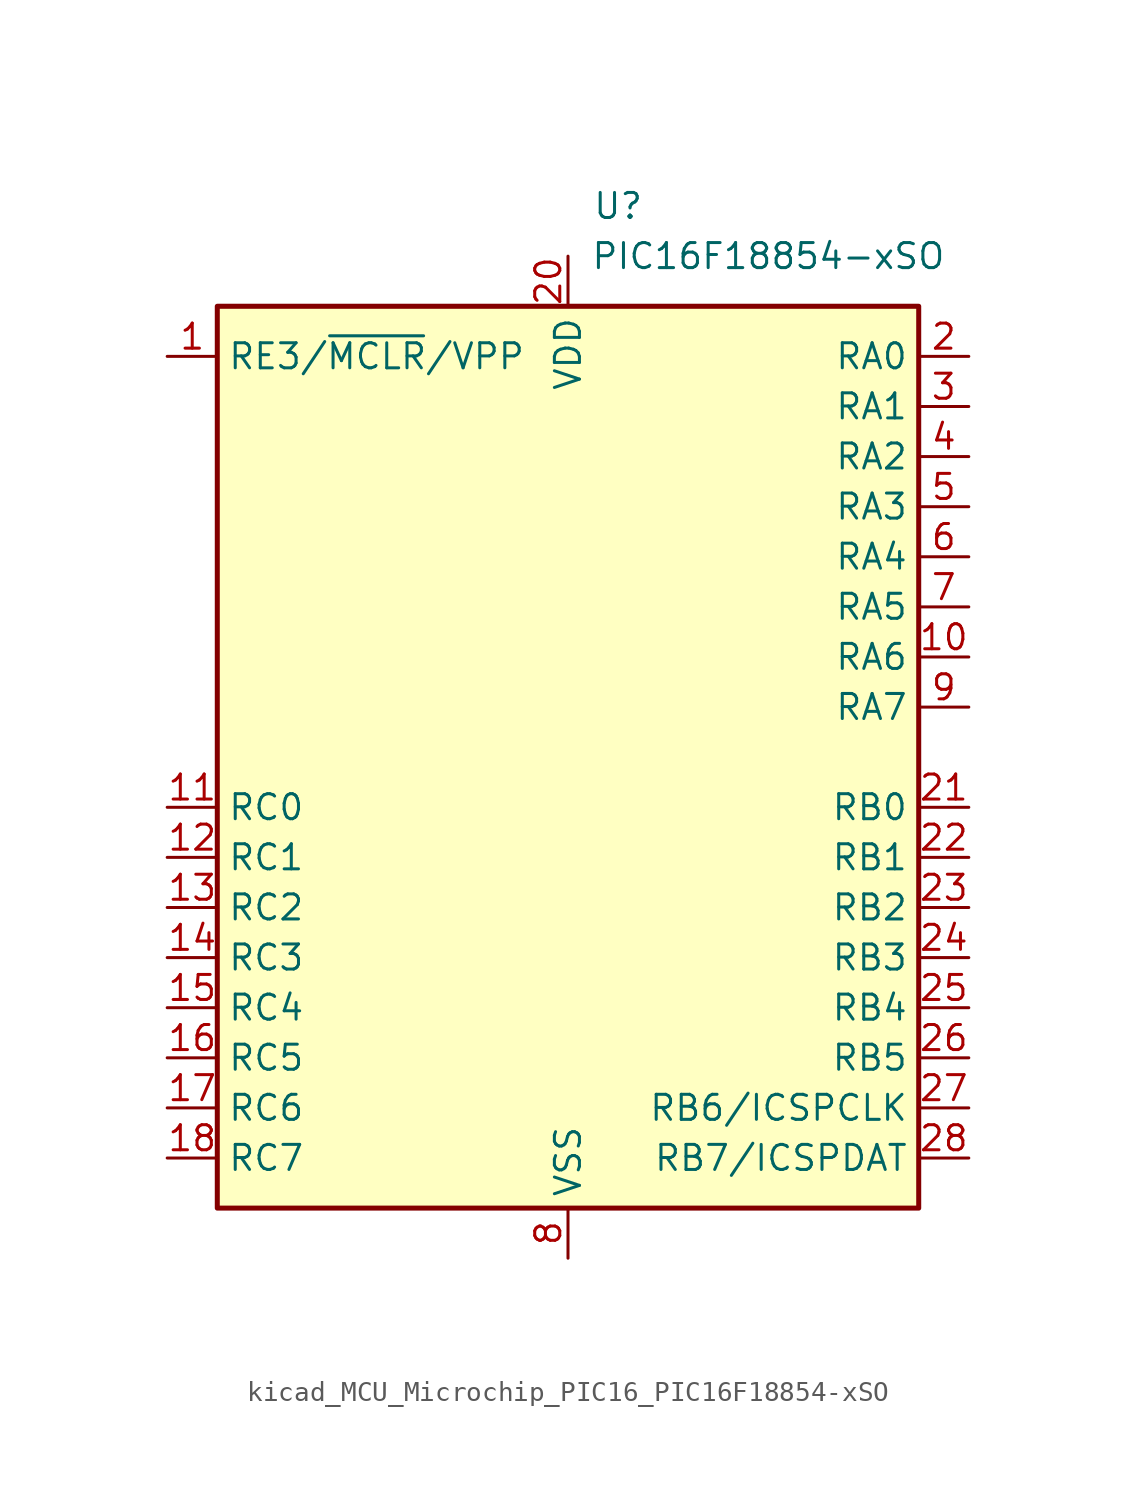
<source format=kicad_sym>
(kicad_symbol_lib
  (version 20220914)
  (generator kicad_symbol_editor)
  (symbol "kicad_MCU_Microchip_PIC16_PIC16F18854-xSO"
    (property "Reference" "U"
      (at 2.54 27.94 0)
      (effects (font (size 1.27 1.27))))
    (property "Value" "PIC16F18854-xSO"
      (at 10.16 25.4 0)
      (effects (font (size 1.27 1.27))))
    (symbol "kicad_MCU_Microchip_PIC16_PIC16F18854-xSO_0_0"
      (pin passive line (at 0 -25.4 90) (length 2.54) hide (name "VSS" (effects (font (size 1.27 1.27)))) (number "19" (effects (font (size 1.27 1.27))))))
    (symbol "kicad_MCU_Microchip_PIC16_PIC16F18854-xSO_0_1"
      (rectangle (start -17.78 22.86) (end 17.78 -22.86) (stroke (width 0.254) (type default)) (fill (type background))))
    (symbol "kicad_MCU_Microchip_PIC16_PIC16F18854-xSO_1_1"
      (pin input line (at -20.32 20.32 0) (length 2.54) (name "RE3/~{MCLR}/VPP" (effects (font (size 1.27 1.27)))) (number "1" (effects (font (size 1.27 1.27)))))
      (pin bidirectional line (at 20.32 5.08 180) (length 2.54) (name "RA6" (effects (font (size 1.27 1.27)))) (number "10" (effects (font (size 1.27 1.27)))))
      (pin bidirectional line (at -20.32 -2.54 0) (length 2.54) (name "RC0" (effects (font (size 1.27 1.27)))) (number "11" (effects (font (size 1.27 1.27)))))
      (pin bidirectional line (at -20.32 -5.08 0) (length 2.54) (name "RC1" (effects (font (size 1.27 1.27)))) (number "12" (effects (font (size 1.27 1.27)))))
      (pin bidirectional line (at -20.32 -7.62 0) (length 2.54) (name "RC2" (effects (font (size 1.27 1.27)))) (number "13" (effects (font (size 1.27 1.27)))))
      (pin bidirectional line (at -20.32 -10.16 0) (length 2.54) (name "RC3" (effects (font (size 1.27 1.27)))) (number "14" (effects (font (size 1.27 1.27)))))
      (pin bidirectional line (at -20.32 -12.7 0) (length 2.54) (name "RC4" (effects (font (size 1.27 1.27)))) (number "15" (effects (font (size 1.27 1.27)))))
      (pin bidirectional line (at -20.32 -15.24 0) (length 2.54) (name "RC5" (effects (font (size 1.27 1.27)))) (number "16" (effects (font (size 1.27 1.27)))))
      (pin bidirectional line (at -20.32 -17.78 0) (length 2.54) (name "RC6" (effects (font (size 1.27 1.27)))) (number "17" (effects (font (size 1.27 1.27)))))
      (pin bidirectional line (at -20.32 -20.32 0) (length 2.54) (name "RC7" (effects (font (size 1.27 1.27)))) (number "18" (effects (font (size 1.27 1.27)))))
      (pin bidirectional line (at 20.32 20.32 180) (length 2.54) (name "RA0" (effects (font (size 1.27 1.27)))) (number "2" (effects (font (size 1.27 1.27)))))
      (pin power_in line (at 0 25.4 270) (length 2.54) (name "VDD" (effects (font (size 1.27 1.27)))) (number "20" (effects (font (size 1.27 1.27)))))
      (pin bidirectional line (at 20.32 -2.54 180) (length 2.54) (name "RB0" (effects (font (size 1.27 1.27)))) (number "21" (effects (font (size 1.27 1.27)))))
      (pin bidirectional line (at 20.32 -5.08 180) (length 2.54) (name "RB1" (effects (font (size 1.27 1.27)))) (number "22" (effects (font (size 1.27 1.27)))))
      (pin bidirectional line (at 20.32 -7.62 180) (length 2.54) (name "RB2" (effects (font (size 1.27 1.27)))) (number "23" (effects (font (size 1.27 1.27)))))
      (pin bidirectional line (at 20.32 -10.16 180) (length 2.54) (name "RB3" (effects (font (size 1.27 1.27)))) (number "24" (effects (font (size 1.27 1.27)))))
      (pin bidirectional line (at 20.32 -12.7 180) (length 2.54) (name "RB4" (effects (font (size 1.27 1.27)))) (number "25" (effects (font (size 1.27 1.27)))))
      (pin bidirectional line (at 20.32 -15.24 180) (length 2.54) (name "RB5" (effects (font (size 1.27 1.27)))) (number "26" (effects (font (size 1.27 1.27)))))
      (pin bidirectional line (at 20.32 -17.78 180) (length 2.54) (name "RB6/ICSPCLK" (effects (font (size 1.27 1.27)))) (number "27" (effects (font (size 1.27 1.27)))))
      (pin bidirectional line (at 20.32 -20.32 180) (length 2.54) (name "RB7/ICSPDAT" (effects (font (size 1.27 1.27)))) (number "28" (effects (font (size 1.27 1.27)))))
      (pin bidirectional line (at 20.32 17.78 180) (length 2.54) (name "RA1" (effects (font (size 1.27 1.27)))) (number "3" (effects (font (size 1.27 1.27)))))
      (pin bidirectional line (at 20.32 15.24 180) (length 2.54) (name "RA2" (effects (font (size 1.27 1.27)))) (number "4" (effects (font (size 1.27 1.27)))))
      (pin bidirectional line (at 20.32 12.7 180) (length 2.54) (name "RA3" (effects (font (size 1.27 1.27)))) (number "5" (effects (font (size 1.27 1.27)))))
      (pin bidirectional line (at 20.32 10.16 180) (length 2.54) (name "RA4" (effects (font (size 1.27 1.27)))) (number "6" (effects (font (size 1.27 1.27)))))
      (pin bidirectional line (at 20.32 7.62 180) (length 2.54) (name "RA5" (effects (font (size 1.27 1.27)))) (number "7" (effects (font (size 1.27 1.27)))))
      (pin power_in line (at 0 -25.4 90) (length 2.54) (name "VSS" (effects (font (size 1.27 1.27)))) (number "8" (effects (font (size 1.27 1.27)))))
      (pin bidirectional line (at 20.32 2.54 180) (length 2.54) (name "RA7" (effects (font (size 1.27 1.27)))) (number "9" (effects (font (size 1.27 1.27))))))))
</source>
